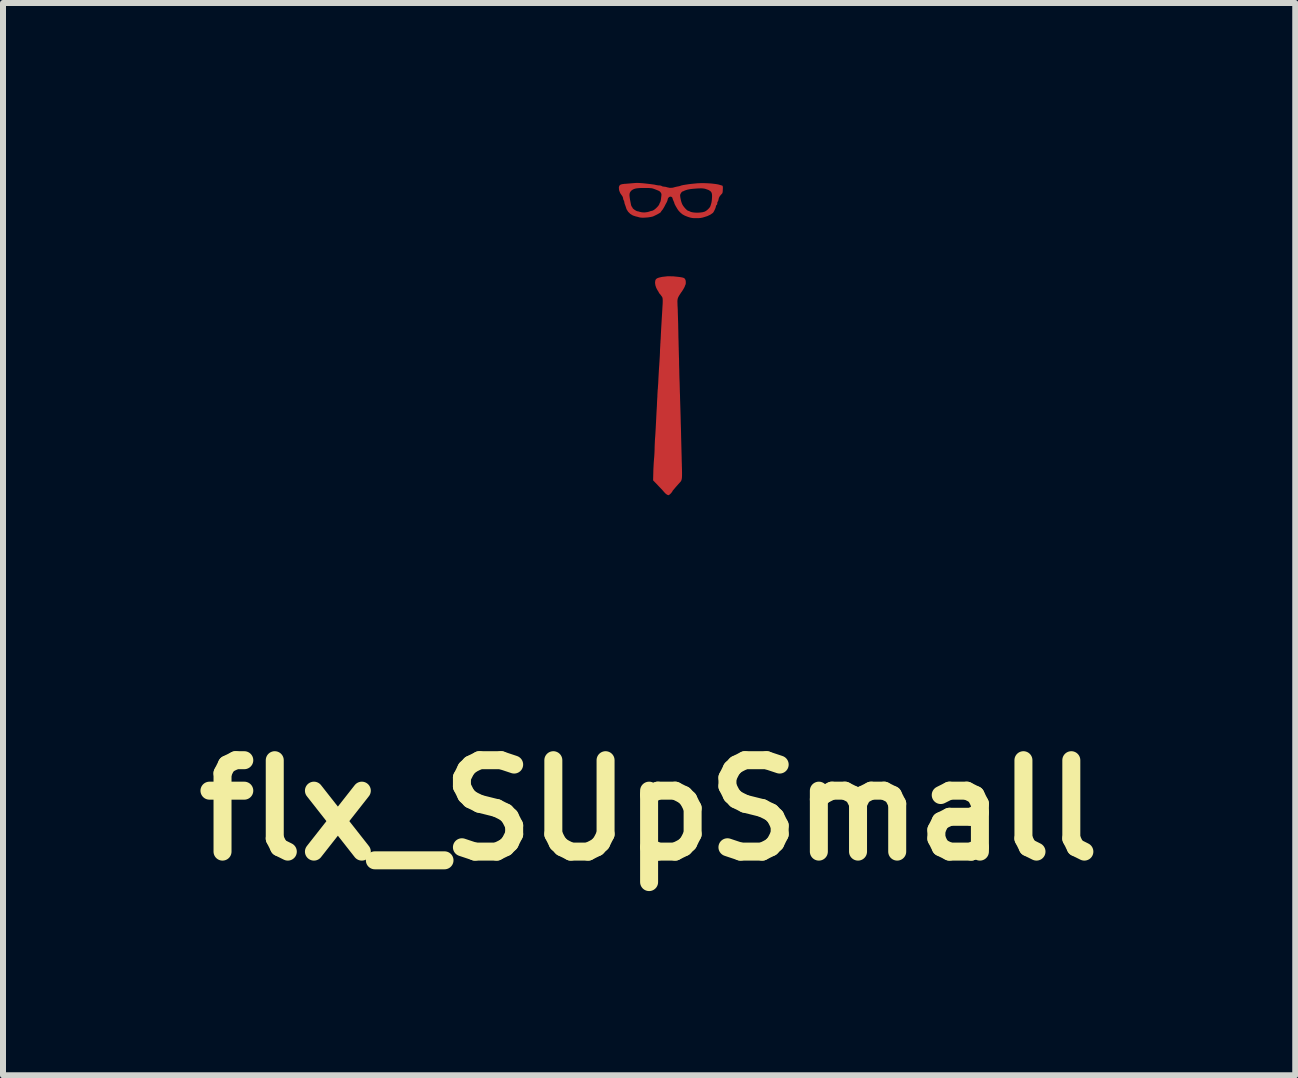
<source format=kicad_pcb>
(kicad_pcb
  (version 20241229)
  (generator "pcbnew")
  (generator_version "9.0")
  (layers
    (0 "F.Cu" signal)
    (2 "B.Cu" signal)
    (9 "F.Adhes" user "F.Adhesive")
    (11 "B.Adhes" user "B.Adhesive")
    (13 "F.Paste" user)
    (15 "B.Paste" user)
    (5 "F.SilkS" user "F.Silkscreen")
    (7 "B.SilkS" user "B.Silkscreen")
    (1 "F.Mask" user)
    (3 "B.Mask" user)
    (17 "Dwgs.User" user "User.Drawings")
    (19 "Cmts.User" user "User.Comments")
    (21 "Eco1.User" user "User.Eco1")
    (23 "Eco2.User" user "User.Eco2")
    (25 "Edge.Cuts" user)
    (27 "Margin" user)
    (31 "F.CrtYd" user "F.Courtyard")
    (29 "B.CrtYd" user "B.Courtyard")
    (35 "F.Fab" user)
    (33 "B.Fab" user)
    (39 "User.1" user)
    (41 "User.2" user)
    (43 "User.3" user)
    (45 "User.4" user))
  (footprint "flx_SUpSmall"
    (layer "F.Cu")
    (at 8.112 2.939)
    (property "Reference" "flx_SUpSmall" (at -0.34 7.52 0) (layer "F.SilkS") (effects (font (size 1.524 1.524) (thickness 0.3))))
    (attr through_hole)
    (pad "1" smd custom (at 0.11 -2.78) (size 0.1 0.1) (layers "F.Cu" "F.Mask") (options (anchor circle)) (primitives (gr_poly (pts (xy -0.632 -0.154) (xy -0.597 -0.152) (xy -0.555 -0.149) (xy -0.516 -0.145) (xy -0.472 -0.14) (xy -0.43 -0.135) (xy -0.393 -0.13) (xy -0.364 -0.126) (xy -0.35 -0.123) (xy -0.322 -0.117) (xy -0.295 -0.113) (xy -0.283 -0.113) (xy -0.261 -0.11) (xy -0.243 -0.104) (xy -0.241 -0.102) (xy -0.225 -0.095) (xy -0.203 -0.092) (xy -0.202 -0.092) (xy -0.178 -0.089) (xy -0.153 -0.083) (xy -0.149 -0.081) (xy -0.104 -0.072) (xy -0.058 -0.074) (xy -0.035 -0.08) (xy -0.01 -0.087) (xy 0.018 -0.093) (xy 0.027 -0.095) (xy 0.05 -0.099) (xy 0.068 -0.104) (xy 0.073 -0.106) (xy 0.09 -0.112) (xy 0.12 -0.119) (xy 0.158 -0.125) (xy 0.203 -0.132) (xy 0.252 -0.138) (xy 0.302 -0.143) (xy 0.352 -0.148) (xy 0.397 -0.15) (xy 0.437 -0.151) (xy 0.44 -0.151) (xy 0.485 -0.15) (xy 0.533 -0.148) (xy 0.581 -0.145) (xy 0.626 -0.14) (xy 0.666 -0.135) (xy 0.696 -0.13) (xy 0.712 -0.126) (xy 0.735 -0.119) (xy 0.754 -0.114) (xy 0.764 -0.111) (xy 0.77 -0.108) (xy 0.773 -0.101) (xy 0.775 -0.087) (xy 0.775 -0.065) (xy 0.773 -0.031) (xy 0.773 -0.027) (xy 0.771 -0.004) (xy 0.765 0.013) (xy 0.751 0.028) (xy 0.748 0.031) (xy 0.725 0.058) (xy 0.709 0.089) (xy 0.702 0.118) (xy 0.701 0.122) (xy 0.697 0.139) (xy 0.691 0.148) (xy 0.683 0.162) (xy 0.682 0.178) (xy 0.679 0.198) (xy 0.671 0.206) (xy 0.662 0.217) (xy 0.659 0.23) (xy 0.656 0.246) (xy 0.647 0.27) (xy 0.635 0.296) (xy 0.623 0.319) (xy 0.612 0.335) (xy 0.61 0.337) (xy 0.57 0.365) (xy 0.52 0.389) (xy 0.476 0.403) (xy 0.44 0.414) (xy 0.408 0.42) (xy 0.376 0.423) (xy 0.336 0.423) (xy 0.335 0.423) (xy 0.297 0.423) (xy 0.267 0.42) (xy 0.241 0.415) (xy 0.211 0.406) (xy 0.199 0.402) (xy 0.148 0.382) (xy 0.107 0.359) (xy 0.072 0.329) (xy 0.053 0.309) (xy 0.038 0.291) (xy 0.022 0.266) (xy 0.006 0.239) (xy -0.009 0.212) (xy -0.02 0.19) (xy -0.025 0.175) (xy -0.025 0.173) (xy -0.028 0.163) (xy -0.036 0.145) (xy -0.039 0.138) (xy -0.048 0.118) (xy -0.053 0.102) (xy -0.054 0.098) (xy -0.06 0.08) (xy -0.076 0.068) (xy -0.096 0.064) (xy -0.116 0.07) (xy -0.133 0.086) (xy -0.144 0.106) (xy -0.145 0.116) (xy -0.149 0.132) (xy -0.157 0.153) (xy -0.162 0.163) (xy -0.176 0.188) (xy -0.191 0.217) (xy -0.199 0.233) (xy -0.214 0.259) (xy -0.229 0.283) (xy -0.239 0.295) (xy -0.251 0.31) (xy -0.258 0.321) (xy -0.258 0.323) (xy -0.264 0.33) (xy -0.281 0.341) (xy -0.305 0.355) (xy -0.332 0.369) (xy -0.353 0.379) (xy -0.369 0.387) (xy -0.372 0.389) (xy -0.397 0.398) (xy -0.431 0.405) (xy -0.471 0.411) (xy -0.513 0.414) (xy -0.553 0.416) (xy -0.588 0.414) (xy -0.613 0.41) (xy -0.616 0.409) (xy -0.635 0.403) (xy -0.66 0.397) (xy -0.669 0.395) (xy -0.718 0.379) (xy -0.761 0.353) (xy -0.796 0.318) (xy -0.822 0.276) (xy -0.83 0.251) (xy -0.838 0.226) (xy -0.847 0.202) (xy -0.848 0.199) (xy -0.855 0.179) (xy -0.858 0.161) (xy -0.858 0.16) (xy -0.862 0.141) (xy -0.868 0.13) (xy -0.876 0.113) (xy -0.879 0.095) (xy -0.884 0.074) (xy -0.898 0.05) (xy -0.899 0.049) (xy -0.9 0.048) (xy -0.782 0.048) (xy -0.779 0.08) (xy -0.773 0.12) (xy -0.763 0.171) (xy -0.755 0.213) (xy -0.748 0.231) (xy -0.741 0.241) (xy -0.732 0.254) (xy -0.731 0.26) (xy -0.725 0.269) (xy -0.71 0.282) (xy -0.691 0.296) (xy -0.671 0.308) (xy -0.654 0.316) (xy -0.646 0.318) (xy -0.633 0.32) (xy -0.614 0.326) (xy -0.607 0.328) (xy -0.569 0.336) (xy -0.524 0.338) (xy -0.479 0.332) (xy -0.45 0.325) (xy -0.428 0.317) (xy -0.41 0.312) (xy -0.402 0.311) (xy -0.384 0.305) (xy -0.362 0.292) (xy -0.337 0.272) (xy -0.313 0.249) (xy -0.292 0.225) (xy -0.278 0.204) (xy -0.272 0.188) (xy -0.267 0.175) (xy -0.263 0.17) (xy -0.258 0.16) (xy -0.252 0.139) (xy -0.247 0.11) (xy -0.245 0.093) (xy -0.241 0.061) (xy -0.24 0.051) (xy 0.062 0.051) (xy 0.065 0.078) (xy 0.071 0.111) (xy 0.079 0.145) (xy 0.089 0.177) (xy 0.1 0.203) (xy 0.1 0.203) (xy 0.114 0.226) (xy 0.133 0.251) (xy 0.153 0.274) (xy 0.174 0.294) (xy 0.191 0.307) (xy 0.201 0.311) (xy 0.215 0.314) (xy 0.226 0.321) (xy 0.248 0.33) (xy 0.281 0.337) (xy 0.32 0.341) (xy 0.362 0.342) (xy 0.405 0.339) (xy 0.444 0.334) (xy 0.475 0.325) (xy 0.481 0.323) (xy 0.505 0.309) (xy 0.53 0.289) (xy 0.553 0.266) (xy 0.57 0.244) (xy 0.578 0.226) (xy 0.584 0.206) (xy 0.59 0.187) (xy 0.596 0.163) (xy 0.601 0.127) (xy 0.604 0.086) (xy 0.605 0.055) (xy 0.602 0.021) (xy 0.592 -0.007) (xy 0.573 -0.028) (xy 0.543 -0.046) (xy 0.501 -0.061) (xy 0.496 -0.063) (xy 0.477 -0.068) (xy 0.459 -0.071) (xy 0.44 -0.073) (xy 0.415 -0.074) (xy 0.382 -0.073) (xy 0.342 -0.071) (xy 0.28 -0.066) (xy 0.23 -0.06) (xy 0.189 -0.052) (xy 0.153 -0.041) (xy 0.132 -0.032) (xy 0.116 -0.024) (xy 0.104 -0.021) (xy 0.104 -0.021) (xy 0.095 -0.015) (xy 0.083 -0.002) (xy 0.072 0.016) (xy 0.064 0.033) (xy 0.064 0.033) (xy 0.062 0.051) (xy -0.24 0.051) (xy -0.239 0.04) (xy -0.24 0.026) (xy -0.243 0.014) (xy -0.249 0.003) (xy -0.252 -0.002) (xy -0.262 -0.014) (xy -0.274 -0.025) (xy -0.293 -0.035) (xy -0.32 -0.046) (xy -0.337 -0.053) (xy -0.364 -0.063) (xy -0.384 -0.07) (xy -0.404 -0.075) (xy -0.424 -0.077) (xy -0.449 -0.079) (xy -0.483 -0.08) (xy -0.517 -0.08) (xy -0.58 -0.08) (xy -0.63 -0.077) (xy -0.67 -0.072) (xy -0.702 -0.063) (xy -0.727 -0.051) (xy -0.748 -0.036) (xy -0.756 -0.027) (xy -0.768 -0.012) (xy -0.776 0.004) (xy -0.781 0.024) (xy -0.782 0.048) (xy -0.9 0.048) (xy -0.927 0.009) (xy -0.943 -0.031) (xy -0.947 -0.052) (xy -0.949 -0.084) (xy -0.943 -0.108) (xy -0.928 -0.124) (xy -0.902 -0.133) (xy -0.864 -0.138) (xy -0.859 -0.139) (xy -0.836 -0.14) (xy -0.803 -0.143) (xy -0.765 -0.146) (xy -0.731 -0.149) (xy -0.695 -0.152) (xy -0.664 -0.154) (xy -0.632 -0.154)) (width 0.01) (fill yes))))
    (pad "1" smd custom (at 0.13 -1.27) (size 0.1 0.1) (layers "F.Cu" "F.Mask") (options (anchor circle)) (primitives (gr_poly (pts (xy -0.069 -0.107) (xy 0.017 -0.098) (xy 0.055 -0.093) (xy 0.082 -0.088) (xy 0.1 -0.083) (xy 0.112 -0.078) (xy 0.119 -0.071) (xy 0.126 -0.061) (xy 0.128 -0.059) (xy 0.135 -0.039) (xy 0.137 -0.014) (xy 0.136 0.011) (xy 0.131 0.03) (xy 0.127 0.035) (xy 0.122 0.048) (xy 0.121 0.053) (xy 0.117 0.063) (xy 0.107 0.082) (xy 0.092 0.108) (xy 0.073 0.138) (xy 0.067 0.145) (xy 0.043 0.181) (xy 0.025 0.209) (xy 0.012 0.233) (xy 0.004 0.254) (xy -0.001 0.276) (xy -0.003 0.302) (xy -0.002 0.335) (xy -0.001 0.377) (xy 0.001 0.407) (xy 0.003 0.449) (xy 0.004 0.501) (xy 0.006 0.562) (xy 0.008 0.628) (xy 0.01 0.695) (xy 0.011 0.762) (xy 0.012 0.79) (xy 0.013 0.852) (xy 0.014 0.911) (xy 0.016 0.967) (xy 0.017 1.017) (xy 0.018 1.059) (xy 0.019 1.09) (xy 0.019 1.104) (xy 0.02 1.131) (xy 0.021 1.168) (xy 0.022 1.214) (xy 0.024 1.265) (xy 0.025 1.318) (xy 0.025 1.348) (xy 0.026 1.393) (xy 0.028 1.449) (xy 0.029 1.515) (xy 0.031 1.587) (xy 0.034 1.664) (xy 0.036 1.742) (xy 0.038 1.82) (xy 0.04 1.866) (xy 0.042 1.95) (xy 0.045 2.043) (xy 0.048 2.141) (xy 0.051 2.241) (xy 0.053 2.338) (xy 0.056 2.429) (xy 0.058 2.51) (xy 0.058 2.526) (xy 0.06 2.601) (xy 0.062 2.679) (xy 0.064 2.758) (xy 0.066 2.834) (xy 0.068 2.906) (xy 0.069 2.969) (xy 0.071 3.022) (xy 0.071 3.034) (xy 0.073 3.102) (xy 0.074 3.158) (xy 0.074 3.202) (xy 0.073 3.237) (xy 0.07 3.263) (xy 0.065 3.283) (xy 0.059 3.298) (xy 0.051 3.309) (xy 0.051 3.309) (xy 0.034 3.328) (xy 0.013 3.351) (xy -0.01 3.377) (xy -0.033 3.403) (xy -0.053 3.427) (xy -0.07 3.447) (xy -0.081 3.46) (xy -0.084 3.465) (xy -0.088 3.475) (xy -0.1 3.491) (xy -0.115 3.508) (xy -0.131 3.522) (xy -0.143 3.531) (xy -0.146 3.532) (xy -0.16 3.528) (xy -0.176 3.519) (xy -0.193 3.506) (xy -0.211 3.487) (xy -0.215 3.483) (xy -0.231 3.464) (xy -0.246 3.447) (xy -0.249 3.443) (xy -0.266 3.426) (xy -0.286 3.405) (xy -0.305 3.385) (xy -0.32 3.369) (xy -0.325 3.363) (xy -0.335 3.353) (xy -0.35 3.337) (xy -0.366 3.321) (xy -0.398 3.288) (xy -0.395 3.168) (xy -0.394 3.117) (xy -0.391 3.058) (xy -0.388 3) (xy -0.384 2.947) (xy -0.383 2.935) (xy -0.379 2.89) (xy -0.376 2.842) (xy -0.374 2.798) (xy -0.373 2.761) (xy -0.373 2.751) (xy -0.372 2.714) (xy -0.37 2.668) (xy -0.368 2.622) (xy -0.366 2.592) (xy -0.363 2.556) (xy -0.36 2.51) (xy -0.357 2.459) (xy -0.354 2.406) (xy -0.352 2.364) (xy -0.349 2.309) (xy -0.346 2.249) (xy -0.343 2.187) (xy -0.34 2.131) (xy -0.338 2.099) (xy -0.335 2.049) (xy -0.333 1.993) (xy -0.33 1.938) (xy -0.327 1.89) (xy -0.327 1.874) (xy -0.325 1.837) (xy -0.323 1.806) (xy -0.322 1.782) (xy -0.32 1.769) (xy -0.32 1.768) (xy -0.319 1.76) (xy -0.318 1.74) (xy -0.316 1.71) (xy -0.313 1.672) (xy -0.311 1.628) (xy -0.31 1.602) (xy -0.307 1.549) (xy -0.304 1.494) (xy -0.301 1.442) (xy -0.298 1.395) (xy -0.295 1.358) (xy -0.295 1.351) (xy -0.292 1.31) (xy -0.289 1.26) (xy -0.286 1.208) (xy -0.284 1.16) (xy -0.284 1.157) (xy -0.283 1.117) (xy -0.281 1.078) (xy -0.279 1.045) (xy -0.278 1.021) (xy -0.278 1.016) (xy -0.276 0.999) (xy -0.275 0.97) (xy -0.272 0.932) (xy -0.27 0.888) (xy -0.268 0.841) (xy -0.267 0.826) (xy -0.264 0.766) (xy -0.26 0.699) (xy -0.256 0.629) (xy -0.252 0.563) (xy -0.249 0.515) (xy -0.245 0.448) (xy -0.242 0.392) (xy -0.239 0.348) (xy -0.238 0.314) (xy -0.238 0.287) (xy -0.239 0.267) (xy -0.241 0.251) (xy -0.244 0.239) (xy -0.249 0.229) (xy -0.255 0.219) (xy -0.259 0.215) (xy -0.273 0.195) (xy -0.286 0.179) (xy -0.292 0.173) (xy -0.3 0.163) (xy -0.302 0.158) (xy -0.306 0.149) (xy -0.316 0.132) (xy -0.325 0.118) (xy -0.346 0.079) (xy -0.36 0.038) (xy -0.366 -0.003) (xy -0.362 -0.039) (xy -0.359 -0.048) (xy -0.35 -0.063) (xy -0.333 -0.075) (xy -0.307 -0.085) (xy -0.269 -0.094) (xy -0.249 -0.098) (xy -0.162 -0.108) (xy -0.069 -0.107)) (width 0.01) (fill yes)))))
  (gr_rect
    (start -3 -3)
    (end 18.545 14.877)
    (stroke (width 0.1) (type default))
    (fill no)
    (layer "Edge.Cuts")))
</source>
